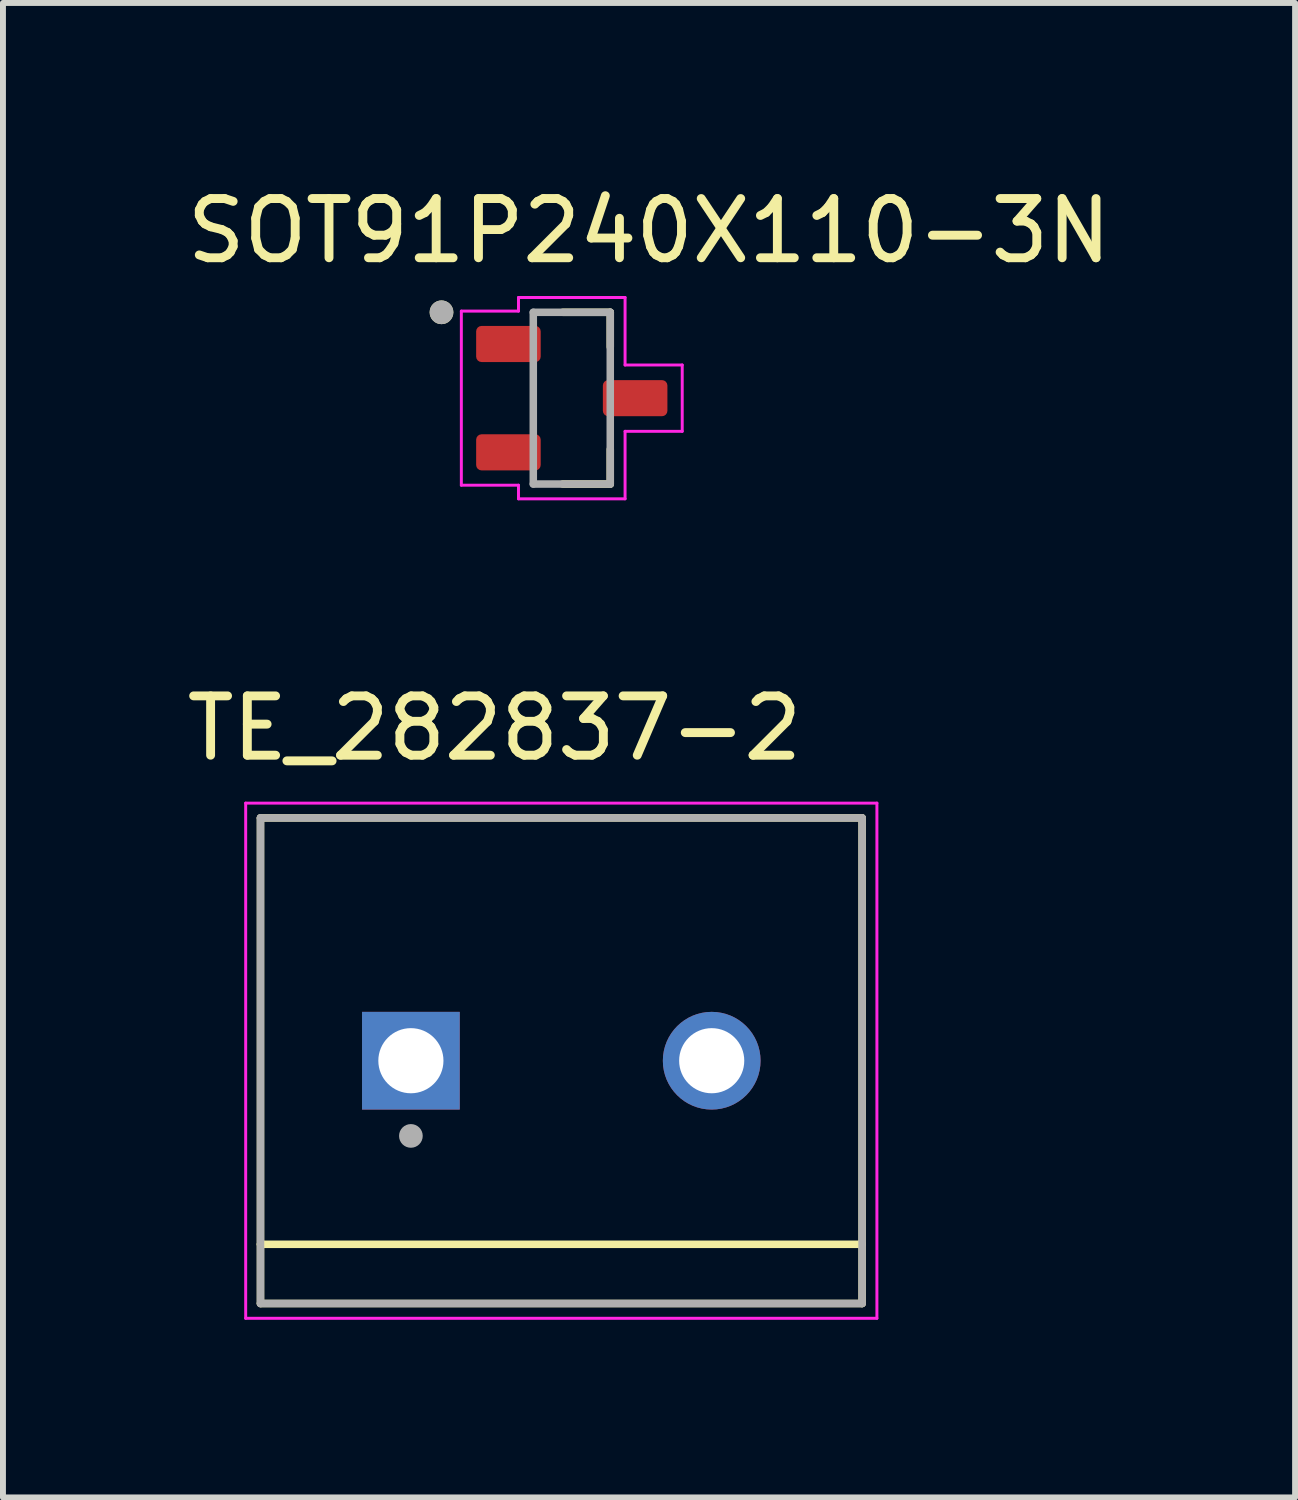
<source format=kicad_pcb>
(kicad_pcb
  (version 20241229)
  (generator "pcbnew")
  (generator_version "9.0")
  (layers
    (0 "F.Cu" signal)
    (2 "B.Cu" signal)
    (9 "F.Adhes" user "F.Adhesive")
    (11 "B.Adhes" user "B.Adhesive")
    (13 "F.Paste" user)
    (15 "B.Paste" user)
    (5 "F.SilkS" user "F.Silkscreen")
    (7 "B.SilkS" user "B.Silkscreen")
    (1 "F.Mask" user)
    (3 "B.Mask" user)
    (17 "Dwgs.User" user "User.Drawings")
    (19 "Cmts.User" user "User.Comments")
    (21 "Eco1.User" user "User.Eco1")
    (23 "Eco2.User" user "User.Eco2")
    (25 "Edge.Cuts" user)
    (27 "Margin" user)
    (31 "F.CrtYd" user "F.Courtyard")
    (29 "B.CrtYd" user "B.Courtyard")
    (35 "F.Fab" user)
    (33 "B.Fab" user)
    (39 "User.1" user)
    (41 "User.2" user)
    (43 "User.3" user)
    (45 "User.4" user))
  (footprint "TE_282837-2"
    (layer "F.Cu")
    (at 6.429 14.863)
    (property "Reference" "TE_282837-2" (at -1.127 -5.615 0) (layer "F.SilkS") (effects (font (size 1.002 1.002) (thickness 0.15))))
    (attr through_hole)
    (fp_line (start -5.08 -4.1) (end 5.08 -4.1) (stroke (width 0.127) (type solid)) (layer "F.SilkS"))
    (fp_line (start -5.08 3.1) (end -5.08 -4.1) (stroke (width 0.127) (type solid)) (layer "F.SilkS"))
    (fp_line (start -5.08 3.1) (end 5.08 3.1) (stroke (width 0.127) (type solid)) (layer "F.SilkS"))
    (fp_line (start -5.08 4.1) (end -5.08 3.1) (stroke (width 0.127) (type solid)) (layer "F.SilkS"))
    (fp_line (start 5.08 -4.1) (end 5.08 3.1) (stroke (width 0.127) (type solid)) (layer "F.SilkS"))
    (fp_line (start 5.08 3.1) (end 5.08 4.1) (stroke (width 0.127) (type solid)) (layer "F.SilkS"))
    (fp_line (start 5.08 4.1) (end -5.08 4.1) (stroke (width 0.127) (type solid)) (layer "F.SilkS"))
    (fp_line (start -5.33 -4.35) (end 5.33 -4.35) (stroke (width 0.05) (type solid)) (layer "F.CrtYd"))
    (fp_line (start -5.33 4.35) (end -5.33 -4.35) (stroke (width 0.05) (type solid)) (layer "F.CrtYd"))
    (fp_line (start 5.33 -4.35) (end 5.33 4.35) (stroke (width 0.05) (type solid)) (layer "F.CrtYd"))
    (fp_line (start 5.33 4.35) (end -5.33 4.35) (stroke (width 0.05) (type solid)) (layer "F.CrtYd"))
    (fp_line (start -5.08 -4.1) (end 5.08 -4.1) (stroke (width 0.127) (type solid)) (layer "F.Fab"))
    (fp_line (start -5.08 4.1) (end -5.08 -4.1) (stroke (width 0.127) (type solid)) (layer "F.Fab"))
    (fp_line (start 5.08 -4.1) (end 5.08 4.1) (stroke (width 0.127) (type solid)) (layer "F.Fab"))
    (fp_line (start 5.08 4.1) (end -5.08 4.1) (stroke (width 0.127) (type solid)) (layer "F.Fab"))
    (fp_circle (center -2.54 1.27) (end -2.44 1.27) (stroke (width 0.2) (type solid)) (fill no) (layer "F.Fab"))
    (pad "1" thru_hole rect (at -2.54 0) (size 1.65 1.65) (drill 1.1) (layers "*.Cu" "*.Mask"))
    (pad "2" thru_hole circle (at 2.54 0) (size 1.65 1.65) (drill 1.1) (layers "*.Cu" "*.Mask")))
  (footprint "SOT91P240X110-3N"
    (layer "F.Cu")
    (at 6.606 3.674)
    (property "Reference" "SOT91P240X110-3N" (at 1.305 -2.826 0) (layer "F.SilkS") (effects (font (size 1 1) (thickness 0.15))))
    (attr through_hole)
    (fp_line (start -0.152 -1.45) (end 0.65 -1.45) (stroke (width 0.127) (type solid)) (layer "F.SilkS"))
    (fp_line (start 0.65 -1.45) (end 0.65 -0.864) (stroke (width 0.127) (type solid)) (layer "F.SilkS"))
    (fp_line (start 0.65 0.864) (end 0.65 1.45) (stroke (width 0.127) (type solid)) (layer "F.SilkS"))
    (fp_line (start 0.65 1.45) (end -0.152 1.45) (stroke (width 0.127) (type solid)) (layer "F.SilkS"))
    (fp_circle (center -2.2 -1.45) (end -2.1 -1.45) (stroke (width 0.2) (type solid)) (fill no) (layer "F.SilkS"))
    (fp_line (start -1.865 -1.47) (end -0.9 -1.47) (stroke (width 0.05) (type solid)) (layer "F.CrtYd"))
    (fp_line (start -1.865 1.47) (end -1.865 -1.47) (stroke (width 0.05) (type solid)) (layer "F.CrtYd"))
    (fp_line (start -0.9 -1.7) (end 0.9 -1.7) (stroke (width 0.05) (type solid)) (layer "F.CrtYd"))
    (fp_line (start -0.9 -1.47) (end -0.9 -1.7) (stroke (width 0.05) (type solid)) (layer "F.CrtYd"))
    (fp_line (start -0.9 1.47) (end -1.865 1.47) (stroke (width 0.05) (type solid)) (layer "F.CrtYd"))
    (fp_line (start -0.9 1.7) (end -0.9 1.47) (stroke (width 0.05) (type solid)) (layer "F.CrtYd"))
    (fp_line (start 0.9 -1.7) (end 0.9 -0.56) (stroke (width 0.05) (type solid)) (layer "F.CrtYd"))
    (fp_line (start 0.9 -0.56) (end 1.865 -0.56) (stroke (width 0.05) (type solid)) (layer "F.CrtYd"))
    (fp_line (start 0.9 0.56) (end 0.9 1.7) (stroke (width 0.05) (type solid)) (layer "F.CrtYd"))
    (fp_line (start 0.9 1.7) (end -0.9 1.7) (stroke (width 0.05) (type solid)) (layer "F.CrtYd"))
    (fp_line (start 1.865 -0.56) (end 1.865 0.56) (stroke (width 0.05) (type solid)) (layer "F.CrtYd"))
    (fp_line (start 1.865 0.56) (end 0.9 0.56) (stroke (width 0.05) (type solid)) (layer "F.CrtYd"))
    (fp_line (start -0.65 -1.45) (end 0.65 -1.45) (stroke (width 0.127) (type solid)) (layer "F.Fab"))
    (fp_line (start -0.65 1.45) (end -0.65 -1.45) (stroke (width 0.127) (type solid)) (layer "F.Fab"))
    (fp_line (start 0.65 -1.45) (end 0.65 1.45) (stroke (width 0.127) (type solid)) (layer "F.Fab"))
    (fp_line (start 0.65 1.45) (end -0.65 1.45) (stroke (width 0.127) (type solid)) (layer "F.Fab"))
    (fp_circle (center -2.2 -1.45) (end -2.1 -1.45) (stroke (width 0.2) (type solid)) (fill no) (layer "F.Fab"))
    (pad "1" smd roundrect (at -1.07 -0.915) (size 1.09 0.61) (layers "F.Cu" "F.Mask" "F.Paste") (roundrect_rratio 0.15))
    (pad "2" smd roundrect (at -1.07 0.915) (size 1.09 0.61) (layers "F.Cu" "F.Mask" "F.Paste") (roundrect_rratio 0.15))
    (pad "3" smd roundrect (at 1.07 0) (size 1.09 0.61) (layers "F.Cu" "F.Mask" "F.Paste") (roundrect_rratio 0.15)))
  (gr_rect
    (start -3 -3)
    (end 18.821 22.238)
    (stroke (width 0.1) (type default))
    (fill no)
    (layer "Edge.Cuts")))
</source>
